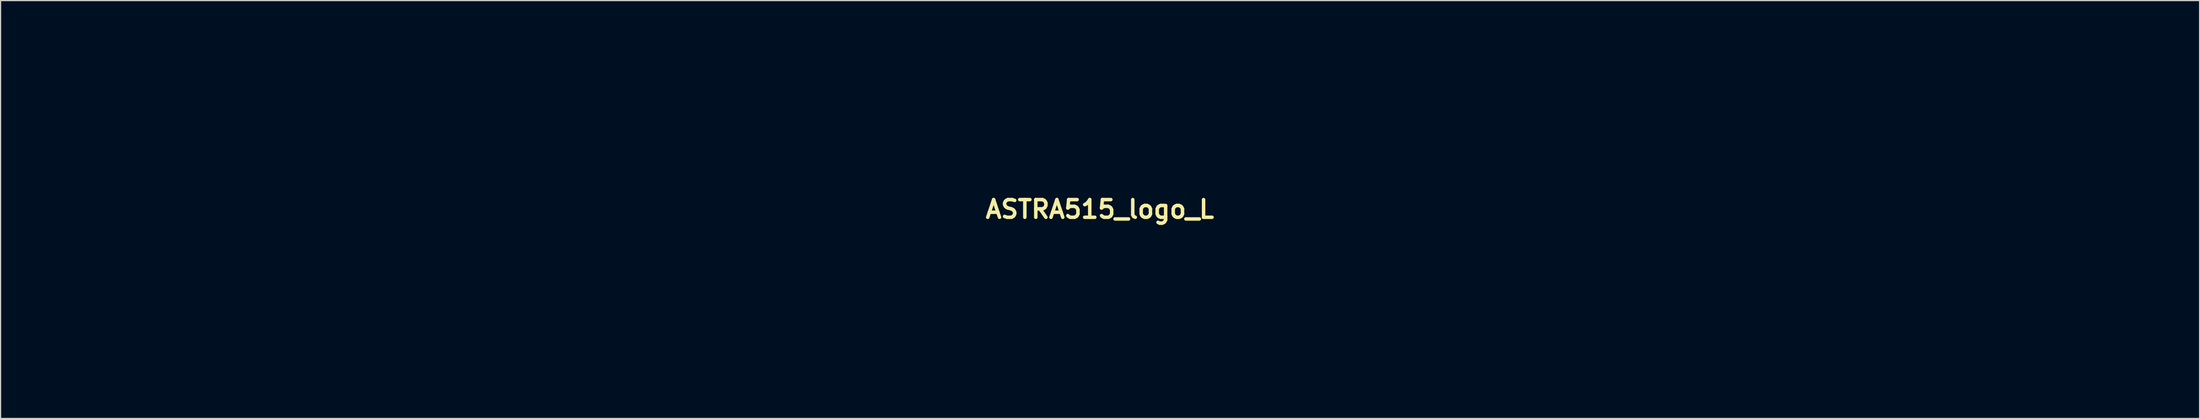
<source format=kicad_pcb>
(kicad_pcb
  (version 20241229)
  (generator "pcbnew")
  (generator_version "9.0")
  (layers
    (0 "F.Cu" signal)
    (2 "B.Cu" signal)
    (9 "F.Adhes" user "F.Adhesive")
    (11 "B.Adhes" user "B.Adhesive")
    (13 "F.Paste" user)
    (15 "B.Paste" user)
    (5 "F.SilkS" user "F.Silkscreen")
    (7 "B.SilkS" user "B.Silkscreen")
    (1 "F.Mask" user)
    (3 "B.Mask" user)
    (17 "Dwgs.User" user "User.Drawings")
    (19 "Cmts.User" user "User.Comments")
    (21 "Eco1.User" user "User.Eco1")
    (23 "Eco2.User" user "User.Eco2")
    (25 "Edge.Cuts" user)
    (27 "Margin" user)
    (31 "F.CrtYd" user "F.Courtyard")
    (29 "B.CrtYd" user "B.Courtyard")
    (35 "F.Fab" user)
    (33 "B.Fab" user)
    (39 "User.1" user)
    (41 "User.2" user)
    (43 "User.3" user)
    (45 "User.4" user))
  (footprint "ASTRA515_logo_L"
    (layer "F.Cu")
    (at 91.617 14.991)
    (property "Reference" "ASTRA515_logo_L" (at 0 0 0) (layer "F.SilkS") (effects (font (size 1.524 1.524) (thickness 0.3))))
    (attr through_hole)
    (fp_poly (pts (xy -32.058 -14.944) (xy -31.024 -14.943) (xy -30.068 -14.943) (xy -29.189 -14.942) (xy -28.384 -14.941) (xy -27.65 -14.94) (xy -26.984 -14.939) (xy -26.383 -14.938) (xy -25.846 -14.936) (xy -25.368 -14.934) (xy -24.948 -14.931) (xy -24.583 -14.928) (xy -24.269 -14.925) (xy -24.005 -14.922) (xy -23.787 -14.918) (xy -23.612 -14.914) (xy -23.479 -14.91) (xy -23.384 -14.905) (xy -23.324 -14.899) (xy -23.298 -14.894) (xy -23.296 -14.891) (xy -23.32 -14.846) (xy -23.384 -14.734) (xy -23.482 -14.562) (xy -23.613 -14.335) (xy -23.771 -14.061) (xy -23.954 -13.745) (xy -24.158 -13.394) (xy -24.378 -13.014) (xy -24.612 -12.611) (xy -24.671 -12.509) (xy -26.026 -10.181) (xy -29.396 -10.17) (xy -32.766 -10.159) (xy -32.777 2.424) (xy -32.787 15.007) (xy -37.55 15.029) (xy -37.55 -10.16) (xy -41.69 -10.17) (xy -45.831 -10.181) (xy -44.453 -12.562) (xy -43.076 -14.944) (xy -33.175 -14.944) (xy -32.058 -14.944)) (stroke (width 0.01) (type solid)) (fill yes) (layer "F.Mask"))
    (fp_poly (pts (xy -13.199 5.747) (xy -12.729 6.561) (xy -12.269 7.356) (xy -11.823 8.129) (xy -11.391 8.877) (xy -10.976 9.597) (xy -10.579 10.285) (xy -10.202 10.938) (xy -9.847 11.554) (xy -9.515 12.129) (xy -9.209 12.66) (xy -8.931 13.144) (xy -8.681 13.578) (xy -8.462 13.958) (xy -8.276 14.282) (xy -8.125 14.546) (xy -8.01 14.747) (xy -7.933 14.882) (xy -7.896 14.948) (xy -7.893 14.954) (xy -7.891 14.97) (xy -7.901 14.984) (xy -7.93 14.995) (xy -7.985 15.004) (xy -8.072 15.011) (xy -8.197 15.017) (xy -8.366 15.021) (xy -8.587 15.024) (xy -8.865 15.026) (xy -9.207 15.028) (xy -9.62 15.028) (xy -10.109 15.028) (xy -10.239 15.028) (xy -12.613 15.028) (xy -12.842 14.637) (xy -12.884 14.564) (xy -12.967 14.422) (xy -13.087 14.213) (xy -13.245 13.941) (xy -13.437 13.609) (xy -13.661 13.22) (xy -13.916 12.779) (xy -14.199 12.288) (xy -14.509 11.752) (xy -14.844 11.172) (xy -15.202 10.553) (xy -15.58 9.898) (xy -15.977 9.21) (xy -16.391 8.493) (xy -16.82 7.75) (xy -17.261 6.985) (xy -17.714 6.201) (xy -18.056 5.609) (xy -18.513 4.816) (xy -18.96 4.041) (xy -19.395 3.288) (xy -19.816 2.559) (xy -20.22 1.858) (xy -20.607 1.189) (xy -20.973 0.554) (xy -21.318 -0.043) (xy -21.639 -0.599) (xy -21.934 -1.111) (xy -22.202 -1.574) (xy -22.44 -1.987) (xy -22.647 -2.346) (xy -22.821 -2.647) (xy -22.959 -2.887) (xy -23.061 -3.062) (xy -23.124 -3.171) (xy -23.144 -3.207) (xy -23.249 -3.387) (xy -18.476 -3.387) (xy -13.199 5.747)) (stroke (width 0.01) (type solid)) (fill yes) (layer "F.Mask"))
    (fp_poly (pts (xy 59.435 -0.011) (xy 60.041 1.033) (xy 60.636 2.057) (xy 61.218 3.061) (xy 61.787 4.042) (xy 62.342 4.996) (xy 62.879 5.922) (xy 63.399 6.818) (xy 63.9 7.68) (xy 64.379 8.507) (xy 64.837 9.296) (xy 65.272 10.044) (xy 65.681 10.75) (xy 66.064 11.41) (xy 66.42 12.022) (xy 66.746 12.585) (xy 67.042 13.094) (xy 67.306 13.549) (xy 67.536 13.947) (xy 67.732 14.284) (xy 67.892 14.559) (xy 68.014 14.77) (xy 68.097 14.913) (xy 68.14 14.987) (xy 68.145 14.997) (xy 68.107 15.002) (xy 67.991 15.007) (xy 67.804 15.012) (xy 67.554 15.016) (xy 67.247 15.02) (xy 66.891 15.023) (xy 66.491 15.026) (xy 66.056 15.027) (xy 65.593 15.028) (xy 65.431 15.028) (xy 62.701 15.028) (xy 62.471 14.637) (xy 62.375 14.472) (xy 62.241 14.242) (xy 62.071 13.95) (xy 61.867 13.6) (xy 61.63 13.193) (xy 61.363 12.734) (xy 61.067 12.224) (xy 60.743 11.668) (xy 60.394 11.068) (xy 60.022 10.427) (xy 59.627 9.747) (xy 59.212 9.033) (xy 58.778 8.287) (xy 58.328 7.511) (xy 57.862 6.71) (xy 57.383 5.885) (xy 56.893 5.04) (xy 56.392 4.178) (xy 55.883 3.302) (xy 55.368 2.415) (xy 54.848 1.519) (xy 54.325 0.618) (xy 53.8 -0.285) (xy 53.276 -1.188) (xy 52.754 -2.087) (xy 52.236 -2.979) (xy 51.724 -3.861) (xy 51.219 -4.731) (xy 50.723 -5.586) (xy 50.238 -6.422) (xy 49.765 -7.236) (xy 49.307 -8.026) (xy 48.865 -8.788) (xy 48.44 -9.52) (xy 48.035 -10.219) (xy 47.651 -10.881) (xy 47.29 -11.503) (xy 46.953 -12.084) (xy 46.643 -12.618) (xy 46.361 -13.105) (xy 46.109 -13.54) (xy 45.888 -13.921) (xy 45.701 -14.245) (xy 45.548 -14.509) (xy 45.433 -14.709) (xy 45.356 -14.843) (xy 45.319 -14.908) (xy 45.315 -14.914) (xy 45.314 -14.928) (xy 45.325 -14.941) (xy 45.356 -14.951) (xy 45.411 -14.96) (xy 45.497 -14.967) (xy 45.62 -14.973) (xy 45.786 -14.977) (xy 46.001 -14.981) (xy 46.271 -14.983) (xy 46.601 -14.985) (xy 46.998 -14.985) (xy 47.468 -14.986) (xy 48.015 -14.986) (xy 50.741 -14.986) (xy 59.435 -0.011)) (stroke (width 0.01) (type solid)) (fill yes) (layer "F.Mask"))
    (fp_poly (pts (xy 44.981 -14.256) (xy 45.007 -14.214) (xy 45.07 -14.106) (xy 45.167 -13.936) (xy 45.293 -13.714) (xy 45.445 -13.445) (xy 45.62 -13.137) (xy 45.813 -12.796) (xy 46.02 -12.429) (xy 46.237 -12.043) (xy 46.461 -11.645) (xy 46.688 -11.242) (xy 46.914 -10.84) (xy 47.134 -10.447) (xy 47.346 -10.069) (xy 47.546 -9.713) (xy 47.728 -9.387) (xy 47.89 -9.096) (xy 48.028 -8.849) (xy 48.138 -8.651) (xy 48.216 -8.509) (xy 48.256 -8.435) (xy 48.305 -8.34) (xy 44.959 -8.34) (xy 44.436 -8.34) (xy 43.937 -8.341) (xy 43.469 -8.343) (xy 43.04 -8.345) (xy 42.655 -8.348) (xy 42.321 -8.351) (xy 42.044 -8.355) (xy 41.83 -8.359) (xy 41.686 -8.363) (xy 41.618 -8.368) (xy 41.614 -8.369) (xy 41.634 -8.41) (xy 41.693 -8.519) (xy 41.787 -8.69) (xy 41.913 -8.919) (xy 42.029 -9.129) (xy 42.926 -9.129) (xy 42.926 -9.129) (xy 42.967 -9.124) (xy 43.084 -9.119) (xy 43.27 -9.114) (xy 43.516 -9.11) (xy 43.814 -9.106) (xy 44.156 -9.104) (xy 44.533 -9.102) (xy 44.937 -9.102) (xy 44.959 -9.102) (xy 46.992 -9.102) (xy 46.928 -9.226) (xy 46.885 -9.305) (xy 46.809 -9.444) (xy 46.703 -9.634) (xy 46.573 -9.866) (xy 46.425 -10.132) (xy 46.262 -10.422) (xy 46.09 -10.727) (xy 45.915 -11.039) (xy 45.74 -11.349) (xy 45.571 -11.647) (xy 45.413 -11.926) (xy 45.272 -12.176) (xy 45.151 -12.388) (xy 45.056 -12.553) (xy 44.993 -12.663) (xy 44.965 -12.708) (xy 44.965 -12.709) (xy 44.941 -12.678) (xy 44.88 -12.582) (xy 44.788 -12.429) (xy 44.669 -12.227) (xy 44.529 -11.987) (xy 44.371 -11.715) (xy 44.202 -11.42) (xy 44.026 -11.112) (xy 43.847 -10.799) (xy 43.671 -10.489) (xy 43.503 -10.19) (xy 43.347 -9.912) (xy 43.209 -9.663) (xy 43.092 -9.452) (xy 43.003 -9.287) (xy 42.946 -9.176) (xy 42.926 -9.129) (xy 42.029 -9.129) (xy 42.068 -9.198) (xy 42.249 -9.524) (xy 42.453 -9.89) (xy 42.677 -10.291) (xy 42.917 -10.72) (xy 43.171 -11.173) (xy 43.273 -11.354) (xy 43.588 -11.915) (xy 43.865 -12.406) (xy 44.105 -12.829) (xy 44.311 -13.19) (xy 44.485 -13.491) (xy 44.629 -13.737) (xy 44.745 -13.93) (xy 44.835 -14.075) (xy 44.902 -14.176) (xy 44.948 -14.235) (xy 44.974 -14.258) (xy 44.981 -14.256)) (stroke (width 0.01) (type solid)) (fill yes) (layer "F.Mask"))
    (fp_poly (pts (xy -15.918 -14.934) (xy -10.351 -14.922) (xy -9.945 -14.81) (xy -9.338 -14.607) (xy -8.793 -14.348) (xy -8.307 -14.031) (xy -7.88 -13.655) (xy -7.51 -13.218) (xy -7.194 -12.718) (xy -6.931 -12.152) (xy -6.719 -11.52) (xy -6.689 -11.409) (xy -6.637 -11.213) (xy -6.593 -11.034) (xy -6.556 -10.865) (xy -6.524 -10.698) (xy -6.497 -10.524) (xy -6.475 -10.337) (xy -6.457 -10.128) (xy -6.443 -9.889) (xy -6.432 -9.612) (xy -6.424 -9.29) (xy -6.417 -8.915) (xy -6.412 -8.479) (xy -6.407 -7.974) (xy -6.403 -7.392) (xy -6.403 -7.387) (xy -6.399 -6.682) (xy -6.398 -6.061) (xy -6.4 -5.523) (xy -6.404 -5.069) (xy -6.41 -4.698) (xy -6.419 -4.409) (xy -6.431 -4.201) (xy -6.433 -4.175) (xy -6.533 -3.399) (xy -6.693 -2.682) (xy -6.914 -2.02) (xy -7.197 -1.411) (xy -7.543 -0.85) (xy -7.954 -0.336) (xy -8.09 -0.191) (xy -8.543 0.229) (xy -9.018 0.572) (xy -9.522 0.841) (xy -10.019 1.03) (xy -10.197 1.085) (xy -10.363 1.13) (xy -10.526 1.166) (xy -10.696 1.194) (xy -10.883 1.214) (xy -11.098 1.228) (xy -11.351 1.236) (xy -11.652 1.239) (xy -12.011 1.237) (xy -12.439 1.232) (xy -12.717 1.228) (xy -14.024 1.206) (xy -16.676 -3.365) (xy -14.444 -3.387) (xy -13.948 -3.393) (xy -13.529 -3.397) (xy -13.18 -3.402) (xy -12.893 -3.408) (xy -12.662 -3.414) (xy -12.478 -3.421) (xy -12.335 -3.429) (xy -12.225 -3.439) (xy -12.141 -3.451) (xy -12.075 -3.465) (xy -12.02 -3.481) (xy -12.002 -3.488) (xy -11.694 -3.638) (xy -11.447 -3.841) (xy -11.255 -4.103) (xy -11.109 -4.433) (xy -11.105 -4.445) (xy -11.088 -4.503) (xy -11.073 -4.567) (xy -11.061 -4.646) (xy -11.052 -4.747) (xy -11.044 -4.877) (xy -11.038 -5.045) (xy -11.034 -5.257) (xy -11.031 -5.521) (xy -11.029 -5.845) (xy -11.028 -6.236) (xy -11.028 -6.703) (xy -11.028 -6.858) (xy -11.028 -7.343) (xy -11.028 -7.752) (xy -11.029 -8.09) (xy -11.031 -8.366) (xy -11.034 -8.588) (xy -11.039 -8.761) (xy -11.046 -8.895) (xy -11.054 -8.997) (xy -11.065 -9.073) (xy -11.078 -9.132) (xy -11.095 -9.18) (xy -11.115 -9.226) (xy -11.12 -9.239) (xy -11.28 -9.521) (xy -11.477 -9.743) (xy -11.726 -9.921) (xy -11.986 -10.046) (xy -12.213 -10.139) (xy -18.229 -10.16) (xy -24.244 -10.181) (xy -22.865 -12.563) (xy -21.485 -14.946) (xy -15.918 -14.934)) (stroke (width 0.01) (type solid)) (fill yes) (layer "F.Mask"))
    (fp_poly (pts (xy -66.13 -2.752) (xy -61.16 9.48) (xy -62.697 12.18) (xy -62.947 12.62) (xy -63.187 13.04) (xy -63.411 13.432) (xy -63.617 13.792) (xy -63.801 14.113) (xy -63.961 14.389) (xy -64.092 14.615) (xy -64.191 14.785) (xy -64.254 14.892) (xy -64.279 14.931) (xy -64.293 14.916) (xy -64.323 14.856) (xy -64.372 14.75) (xy -64.439 14.597) (xy -64.526 14.394) (xy -64.633 14.14) (xy -64.761 13.832) (xy -64.91 13.47) (xy -65.082 13.052) (xy -65.276 12.574) (xy -65.495 12.037) (xy -65.738 11.437) (xy -66.007 10.774) (xy -66.301 10.045) (xy -66.622 9.248) (xy -66.971 8.383) (xy -67.348 7.446) (xy -67.754 6.436) (xy -68.189 5.352) (xy -68.655 4.191) (xy -68.762 3.925) (xy -69.135 2.996) (xy -69.5 2.087) (xy -69.855 1.2) (xy -70.201 0.339) (xy -70.535 -0.492) (xy -70.855 -1.291) (xy -71.162 -2.055) (xy -71.453 -2.779) (xy -71.727 -3.462) (xy -71.984 -4.1) (xy -72.221 -4.689) (xy -72.437 -5.227) (xy -72.631 -5.71) (xy -72.802 -6.135) (xy -72.949 -6.499) (xy -73.07 -6.799) (xy -73.163 -7.031) (xy -73.229 -7.192) (xy -73.264 -7.28) (xy -73.27 -7.295) (xy -73.343 -7.456) (xy -76.775 -1.643) (xy -80.208 4.17) (xy -75.701 4.191) (xy -71.194 4.212) (xy -70.31 6.432) (xy -70.147 6.843) (xy -69.993 7.231) (xy -69.852 7.588) (xy -69.727 7.907) (xy -69.62 8.181) (xy -69.533 8.403) (xy -69.471 8.566) (xy -69.435 8.662) (xy -69.427 8.687) (xy -69.468 8.69) (xy -69.59 8.694) (xy -69.787 8.698) (xy -70.056 8.701) (xy -70.391 8.704) (xy -70.788 8.707) (xy -71.243 8.71) (xy -71.752 8.713) (xy -72.308 8.715) (xy -72.909 8.717) (xy -73.55 8.719) (xy -74.225 8.72) (xy -74.931 8.721) (xy -75.664 8.721) (xy -76.126 8.722) (xy -82.825 8.722) (xy -84.587 11.844) (xy -86.348 14.965) (xy -88.98 14.976) (xy -91.612 14.987) (xy -91.549 14.87) (xy -91.523 14.825) (xy -91.457 14.71) (xy -91.352 14.526) (xy -91.208 14.276) (xy -91.028 13.963) (xy -90.813 13.588) (xy -90.564 13.155) (xy -90.283 12.666) (xy -89.971 12.123) (xy -89.63 11.529) (xy -89.26 10.886) (xy -88.864 10.197) (xy -88.443 9.464) (xy -87.998 8.69) (xy -87.531 7.877) (xy -87.042 7.028) (xy -86.534 6.145) (xy -86.009 5.23) (xy -85.466 4.286) (xy -84.908 3.316) (xy -84.336 2.322) (xy -83.752 1.306) (xy -83.157 0.271) (xy -82.94 -0.106) (xy -74.395 -14.965) (xy -72.747 -14.975) (xy -71.099 -14.985) (xy -66.13 -2.752)) (stroke (width 0.01) (type solid)) (fill yes) (layer "F.Mask"))
    (fp_poly (pts (xy 1.79 -14.979) (xy 2.21 -14.977) (xy 2.338 -14.976) (xy 4.031 -14.965) (xy 12.625 -0.042) (xy 13.226 1) (xy 13.815 2.024) (xy 14.393 3.028) (xy 14.957 4.007) (xy 15.506 4.961) (xy 16.039 5.887) (xy 16.554 6.782) (xy 17.05 7.644) (xy 17.526 8.47) (xy 17.979 9.258) (xy 18.409 10.005) (xy 18.815 10.71) (xy 19.194 11.369) (xy 19.545 11.98) (xy 19.868 12.541) (xy 20.16 13.05) (xy 20.42 13.503) (xy 20.647 13.898) (xy 20.84 14.233) (xy 20.996 14.506) (xy 21.115 14.714) (xy 21.196 14.854) (xy 21.235 14.925) (xy 21.24 14.933) (xy 21.229 14.944) (xy 21.182 14.954) (xy 21.094 14.962) (xy 20.96 14.969) (xy 20.775 14.974) (xy 20.534 14.978) (xy 20.232 14.981) (xy 19.862 14.984) (xy 19.421 14.985) (xy 18.902 14.985) (xy 18.642 14.985) (xy 16.023 14.985) (xy 14.26 11.863) (xy 12.497 8.742) (xy 5.804 8.721) (xy 5.058 8.718) (xy 4.335 8.715) (xy 3.64 8.712) (xy 2.978 8.709) (xy 2.352 8.706) (xy 1.767 8.703) (xy 1.228 8.699) (xy 0.739 8.696) (xy 0.305 8.692) (xy -0.069 8.689) (xy -0.38 8.685) (xy -0.622 8.682) (xy -0.791 8.679) (xy -0.883 8.676) (xy -0.9 8.674) (xy -0.886 8.631) (xy -0.844 8.517) (xy -0.776 8.338) (xy -0.685 8.102) (xy -0.573 7.816) (xy -0.444 7.486) (xy -0.299 7.121) (xy -0.143 6.726) (xy -0.021 6.42) (xy 0.868 4.192) (xy 5.366 4.192) (xy 5.975 4.191) (xy 6.56 4.191) (xy 7.115 4.19) (xy 7.635 4.189) (xy 8.114 4.187) (xy 8.547 4.185) (xy 8.928 4.184) (xy 9.252 4.181) (xy 9.513 4.179) (xy 9.705 4.177) (xy 9.824 4.174) (xy 9.864 4.172) (xy 9.843 4.133) (xy 9.781 4.026) (xy 9.682 3.856) (xy 9.548 3.627) (xy 9.383 3.344) (xy 9.188 3.012) (xy 8.967 2.636) (xy 8.722 2.22) (xy 8.456 1.769) (xy 8.173 1.288) (xy 7.874 0.781) (xy 7.563 0.254) (xy 7.243 -0.289) (xy 6.916 -0.843) (xy 6.584 -1.404) (xy 6.252 -1.967) (xy 5.921 -2.527) (xy 5.595 -3.079) (xy 5.276 -3.618) (xy 4.967 -4.14) (xy 4.671 -4.641) (xy 4.39 -5.114) (xy 4.128 -5.556) (xy 3.888 -5.962) (xy 3.671 -6.327) (xy 3.481 -6.647) (xy 3.321 -6.916) (xy 3.193 -7.13) (xy 3.1 -7.284) (xy 3.046 -7.373) (xy 3.032 -7.395) (xy 3.018 -7.379) (xy 2.988 -7.321) (xy 2.941 -7.218) (xy 2.875 -7.068) (xy 2.79 -6.87) (xy 2.686 -6.622) (xy 2.561 -6.322) (xy 2.415 -5.968) (xy 2.247 -5.558) (xy 2.056 -5.09) (xy 1.842 -4.563) (xy 1.603 -3.975) (xy 1.34 -3.323) (xy 1.051 -2.607) (xy 0.735 -1.824) (xy 0.393 -0.972) (xy 0.022 -0.05) (xy -0.378 0.944) (xy -0.806 2.013) (xy -1.265 3.157) (xy -1.499 3.739) (xy -1.873 4.671) (xy -2.238 5.584) (xy -2.595 6.472) (xy -2.941 7.334) (xy -3.275 8.167) (xy -3.596 8.966) (xy -3.902 9.729) (xy -4.193 10.453) (xy -4.467 11.135) (xy -4.723 11.771) (xy -4.959 12.359) (xy -5.175 12.895) (xy -5.369 13.377) (xy -5.54 13.8) (xy -5.686 14.162) (xy -5.807 14.46) (xy -5.9 14.691) (xy -5.966 14.851) (xy -6.002 14.938) (xy -6.008 14.953) (xy -6.033 14.923) (xy -6.096 14.824) (xy -6.195 14.662) (xy -6.325 14.445) (xy -6.483 14.175) (xy -6.667 13.861) (xy -6.873 13.506) (xy -7.097 13.118) (xy -7.337 12.7) (xy -7.589 12.26) (xy -7.597 12.246) (xy -7.849 11.803) (xy -8.088 11.382) (xy -8.312 10.987) (xy -8.516 10.625) (xy -8.698 10.301) (xy -8.854 10.022) (xy -8.981 9.792) (xy -9.076 9.619) (xy -9.136 9.508) (xy -9.156 9.464) (xy -9.156 9.463) (xy -9.141 9.421) (xy -9.094 9.303) (xy -9.019 9.113) (xy -8.916 8.853) (xy -8.786 8.526) (xy -8.63 8.136) (xy -8.451 7.685) (xy -8.248 7.177) (xy -8.023 6.615) (xy -7.777 6) (xy -7.512 5.338) (xy -7.228 4.629) (xy -6.927 3.879) (xy -6.611 3.088) (xy -6.279 2.262) (xy -5.934 1.402) (xy -5.577 0.511) (xy -5.209 -0.407) (xy -4.831 -1.35) (xy -4.444 -2.314) (xy -4.276 -2.731) (xy -3.886 -3.703) (xy -3.504 -4.655) (xy -3.13 -5.585) (xy -2.768 -6.488) (xy -2.417 -7.362) (xy -2.079 -8.203) (xy -1.755 -9.01) (xy -1.447 -9.778) (xy -1.155 -10.505) (xy -0.881 -11.188) (xy -0.625 -11.824) (xy -0.39 -12.41) (xy -0.177 -12.942) (xy 0.015 -13.418) (xy 0.182 -13.835) (xy 0.324 -14.189) (xy 0.44 -14.479) (xy 0.529 -14.7) (xy 0.589 -14.849) (xy 0.619 -14.925) (xy 0.623 -14.934) (xy 0.646 -14.947) (xy 0.705 -14.958) (xy 0.809 -14.967) (xy 0.962 -14.973) (xy 1.173 -14.977) (xy 1.447 -14.979) (xy 1.79 -14.979)) (stroke (width 0.01) (type solid)) (fill yes) (layer "F.Mask"))
    (fp_poly (pts (xy 76.724 -14.965) (xy 78.096 -12.615) (xy 78.334 -12.207) (xy 78.561 -11.819) (xy 78.77 -11.458) (xy 78.961 -11.131) (xy 79.127 -10.844) (xy 79.267 -10.603) (xy 79.376 -10.414) (xy 79.45 -10.284) (xy 79.487 -10.219) (xy 79.49 -10.213) (xy 79.477 -10.206) (xy 79.433 -10.2) (xy 79.353 -10.194) (xy 79.235 -10.188) (xy 79.075 -10.184) (xy 78.87 -10.18) (xy 78.616 -10.176) (xy 78.311 -10.173) (xy 77.951 -10.17) (xy 77.534 -10.167) (xy 77.055 -10.165) (xy 76.512 -10.164) (xy 75.901 -10.162) (xy 75.22 -10.161) (xy 74.465 -10.161) (xy 73.632 -10.16) (xy 72.72 -10.16) (xy 72.395 -10.16) (xy 71.625 -10.16) (xy 70.879 -10.159) (xy 70.16 -10.159) (xy 69.474 -10.158) (xy 68.823 -10.157) (xy 68.214 -10.156) (xy 67.649 -10.154) (xy 67.134 -10.152) (xy 66.673 -10.15) (xy 66.269 -10.148) (xy 65.928 -10.146) (xy 65.655 -10.144) (xy 65.452 -10.142) (xy 65.325 -10.139) (xy 65.278 -10.137) (xy 65.278 -10.137) (xy 65.298 -10.097) (xy 65.358 -9.99) (xy 65.453 -9.819) (xy 65.582 -9.59) (xy 65.741 -9.308) (xy 65.927 -8.979) (xy 66.137 -8.607) (xy 66.369 -8.199) (xy 66.619 -7.758) (xy 66.885 -7.29) (xy 67.163 -6.801) (xy 67.192 -6.75) (xy 69.107 -3.387) (xy 74.364 -3.387) (xy 75.177 -3.387) (xy 75.911 -3.386) (xy 76.57 -3.385) (xy 77.159 -3.384) (xy 77.683 -3.382) (xy 78.146 -3.379) (xy 78.555 -3.376) (xy 78.913 -3.371) (xy 79.225 -3.365) (xy 79.497 -3.358) (xy 79.733 -3.349) (xy 79.939 -3.339) (xy 80.118 -3.327) (xy 80.277 -3.313) (xy 80.419 -3.297) (xy 80.55 -3.279) (xy 80.675 -3.259) (xy 80.798 -3.237) (xy 80.92 -3.213) (xy 81.625 -3.034) (xy 82.301 -2.786) (xy 82.95 -2.467) (xy 83.575 -2.075) (xy 84.179 -1.607) (xy 84.765 -1.063) (xy 85.335 -0.438) (xy 85.892 0.267) (xy 86.112 0.572) (xy 86.165 0.654) (xy 86.256 0.804) (xy 86.382 1.016) (xy 86.539 1.282) (xy 86.723 1.598) (xy 86.932 1.957) (xy 87.161 2.353) (xy 87.407 2.78) (xy 87.667 3.231) (xy 87.936 3.7) (xy 88.213 4.182) (xy 88.492 4.669) (xy 88.77 5.157) (xy 89.045 5.639) (xy 89.312 6.108) (xy 89.568 6.559) (xy 89.809 6.985) (xy 90.032 7.38) (xy 90.233 7.739) (xy 90.41 8.054) (xy 90.557 8.32) (xy 90.673 8.531) (xy 90.753 8.681) (xy 90.765 8.704) (xy 91.084 9.388) (xy 91.329 10.05) (xy 91.503 10.703) (xy 91.609 11.359) (xy 91.649 12.03) (xy 91.65 12.129) (xy 91.635 12.524) (xy 91.587 12.867) (xy 91.5 13.185) (xy 91.367 13.506) (xy 91.352 13.537) (xy 91.156 13.868) (xy 90.901 14.182) (xy 90.609 14.459) (xy 90.297 14.679) (xy 90.17 14.748) (xy 90.1 14.782) (xy 90.038 14.814) (xy 89.978 14.843) (xy 89.917 14.869) (xy 89.852 14.893) (xy 89.778 14.914) (xy 89.691 14.932) (xy 89.588 14.949) (xy 89.464 14.964) (xy 89.316 14.976) (xy 89.139 14.987) (xy 88.931 14.996) (xy 88.686 15.004) (xy 88.401 15.01) (xy 88.073 15.015) (xy 87.696 15.019) (xy 87.268 15.022) (xy 86.785 15.024) (xy 86.242 15.026) (xy 85.635 15.027) (xy 84.961 15.027) (xy 84.216 15.028) (xy 83.396 15.028) (xy 82.496 15.028) (xy 82.075 15.028) (xy 74.89 15.028) (xy 74.829 14.933) (xy 74.798 14.88) (xy 74.73 14.759) (xy 74.628 14.578) (xy 74.497 14.342) (xy 74.34 14.059) (xy 74.16 13.736) (xy 73.962 13.379) (xy 73.749 12.994) (xy 73.525 12.589) (xy 73.516 12.573) (xy 72.265 10.308) (xy 78.582 10.287) (xy 84.9 10.266) (xy 85.181 10.17) (xy 85.433 10.056) (xy 85.616 9.905) (xy 85.735 9.709) (xy 85.795 9.46) (xy 85.801 9.15) (xy 85.801 9.149) (xy 85.76 8.85) (xy 85.67 8.567) (xy 85.654 8.53) (xy 85.611 8.44) (xy 85.529 8.284) (xy 85.413 8.069) (xy 85.267 7.802) (xy 85.096 7.492) (xy 84.902 7.144) (xy 84.692 6.767) (xy 84.468 6.367) (xy 84.234 5.952) (xy 83.996 5.53) (xy 83.757 5.107) (xy 83.52 4.691) (xy 83.291 4.289) (xy 83.073 3.908) (xy 82.871 3.556) (xy 82.688 3.24) (xy 82.529 2.967) (xy 82.398 2.744) (xy 82.298 2.58) (xy 82.235 2.48) (xy 82.229 2.471) (xy 81.91 2.092) (xy 81.533 1.771) (xy 81.111 1.515) (xy 80.652 1.332) (xy 80.624 1.324) (xy 80.586 1.314) (xy 80.541 1.305) (xy 80.485 1.297) (xy 80.413 1.29) (xy 80.322 1.283) (xy 80.207 1.277) (xy 80.064 1.272) (xy 79.89 1.267) (xy 79.681 1.263) (xy 79.431 1.259) (xy 79.139 1.256) (xy 78.798 1.253) (xy 78.406 1.251) (xy 77.959 1.248) (xy 77.452 1.246) (xy 76.881 1.245) (xy 76.242 1.243) (xy 75.532 1.241) (xy 74.746 1.24) (xy 73.881 1.238) (xy 73.66 1.238) (xy 66.95 1.226) (xy 62.378 -6.675) (xy 61.939 -7.434) (xy 61.511 -8.174) (xy 61.095 -8.894) (xy 60.693 -9.588) (xy 60.307 -10.254) (xy 59.94 -10.888) (xy 59.594 -11.487) (xy 59.27 -12.048) (xy 58.97 -12.566) (xy 58.696 -13.039) (xy 58.451 -13.462) (xy 58.237 -13.834) (xy 58.054 -14.149) (xy 57.906 -14.405) (xy 57.795 -14.598) (xy 57.722 -14.724) (xy 57.689 -14.781) (xy 57.689 -14.781) (xy 57.572 -14.986) (xy 76.724 -14.965)) (stroke (width 0.01) (type solid)) (fill yes) (layer "F.Mask"))
    (fp_poly (pts (xy 38.902 -12.584) (xy 40.303 -10.181) (xy 33.186 -10.17) (xy 32.275 -10.169) (xy 31.446 -10.168) (xy 30.694 -10.166) (xy 30.015 -10.165) (xy 29.406 -10.163) (xy 28.863 -10.162) (xy 28.382 -10.16) (xy 27.96 -10.158) (xy 27.593 -10.155) (xy 27.276 -10.153) (xy 27.007 -10.149) (xy 26.782 -10.146) (xy 26.596 -10.142) (xy 26.446 -10.138) (xy 26.329 -10.133) (xy 26.24 -10.127) (xy 26.177 -10.121) (xy 26.134 -10.114) (xy 26.109 -10.106) (xy 26.097 -10.098) (xy 26.096 -10.089) (xy 26.097 -10.086) (xy 26.121 -10.039) (xy 26.185 -9.924) (xy 26.285 -9.746) (xy 26.417 -9.51) (xy 26.579 -9.222) (xy 26.768 -8.888) (xy 26.981 -8.512) (xy 27.215 -8.099) (xy 27.466 -7.657) (xy 27.733 -7.188) (xy 28.01 -6.701) (xy 29.895 -3.39) (xy 35.384 -3.376) (xy 36.178 -3.374) (xy 36.891 -3.372) (xy 37.53 -3.37) (xy 38.098 -3.368) (xy 38.6 -3.366) (xy 39.041 -3.364) (xy 39.426 -3.361) (xy 39.758 -3.358) (xy 40.044 -3.355) (xy 40.287 -3.351) (xy 40.493 -3.346) (xy 40.665 -3.341) (xy 40.809 -3.335) (xy 40.93 -3.328) (xy 41.032 -3.32) (xy 41.119 -3.311) (xy 41.197 -3.3) (xy 41.27 -3.289) (xy 41.343 -3.276) (xy 41.381 -3.27) (xy 41.889 -3.167) (xy 42.337 -3.051) (xy 42.751 -2.916) (xy 43.155 -2.752) (xy 43.519 -2.579) (xy 44.131 -2.228) (xy 44.733 -1.796) (xy 45.322 -1.284) (xy 45.896 -0.696) (xy 46.45 -0.034) (xy 46.911 0.593) (xy 46.976 0.694) (xy 47.079 0.862) (xy 47.216 1.092) (xy 47.384 1.377) (xy 47.579 1.711) (xy 47.798 2.087) (xy 48.037 2.5) (xy 48.292 2.942) (xy 48.56 3.409) (xy 48.837 3.892) (xy 49.12 4.387) (xy 49.405 4.888) (xy 49.688 5.386) (xy 49.967 5.878) (xy 50.237 6.355) (xy 50.495 6.812) (xy 50.737 7.243) (xy 50.96 7.642) (xy 51.16 8.001) (xy 51.334 8.315) (xy 51.478 8.578) (xy 51.588 8.784) (xy 51.661 8.925) (xy 51.669 8.942) (xy 51.946 9.563) (xy 52.155 10.16) (xy 52.304 10.756) (xy 52.398 11.37) (xy 52.437 11.896) (xy 52.443 12.304) (xy 52.419 12.654) (xy 52.363 12.968) (xy 52.269 13.266) (xy 52.15 13.54) (xy 51.928 13.913) (xy 51.642 14.249) (xy 51.306 14.538) (xy 50.935 14.768) (xy 50.542 14.929) (xy 50.409 14.965) (xy 50.366 14.973) (xy 50.306 14.98) (xy 50.225 14.987) (xy 50.119 14.993) (xy 49.986 14.998) (xy 49.82 15.003) (xy 49.619 15.007) (xy 49.378 15.011) (xy 49.094 15.014) (xy 48.763 15.017) (xy 48.382 15.02) (xy 47.946 15.022) (xy 47.453 15.023) (xy 46.898 15.025) (xy 46.277 15.026) (xy 45.587 15.027) (xy 44.824 15.027) (xy 43.985 15.028) (xy 43.065 15.028) (xy 42.904 15.028) (xy 35.665 15.028) (xy 34.374 12.696) (xy 34.148 12.287) (xy 33.934 11.899) (xy 33.735 11.539) (xy 33.556 11.214) (xy 33.399 10.93) (xy 33.269 10.693) (xy 33.169 10.51) (xy 33.101 10.386) (xy 33.071 10.329) (xy 33.07 10.326) (xy 33.11 10.322) (xy 33.23 10.317) (xy 33.428 10.312) (xy 33.698 10.308) (xy 34.037 10.304) (xy 34.441 10.3) (xy 34.905 10.296) (xy 35.427 10.292) (xy 36.002 10.289) (xy 36.625 10.286) (xy 37.294 10.283) (xy 38.003 10.281) (xy 38.75 10.279) (xy 39.399 10.277) (xy 40.258 10.276) (xy 41.036 10.274) (xy 41.738 10.272) (xy 42.368 10.271) (xy 42.929 10.269) (xy 43.427 10.267) (xy 43.864 10.265) (xy 44.246 10.262) (xy 44.576 10.259) (xy 44.858 10.256) (xy 45.097 10.252) (xy 45.296 10.248) (xy 45.461 10.243) (xy 45.594 10.237) (xy 45.7 10.231) (xy 45.783 10.224) (xy 45.847 10.217) (xy 45.896 10.208) (xy 45.935 10.199) (xy 45.961 10.191) (xy 46.224 10.064) (xy 46.42 9.888) (xy 46.549 9.665) (xy 46.609 9.4) (xy 46.601 9.096) (xy 46.524 8.756) (xy 46.377 8.384) (xy 46.334 8.296) (xy 46.286 8.206) (xy 46.2 8.05) (xy 46.082 7.836) (xy 45.934 7.571) (xy 45.762 7.263) (xy 45.569 6.921) (xy 45.36 6.55) (xy 45.14 6.158) (xy 44.911 5.754) (xy 44.68 5.345) (xy 44.449 4.938) (xy 44.223 4.54) (xy 44.007 4.16) (xy 43.804 3.804) (xy 43.619 3.481) (xy 43.457 3.197) (xy 43.321 2.961) (xy 43.215 2.779) (xy 43.145 2.66) (xy 43.123 2.625) (xy 42.819 2.223) (xy 42.458 1.881) (xy 42.05 1.603) (xy 41.601 1.396) (xy 41.424 1.337) (xy 41.384 1.326) (xy 41.342 1.316) (xy 41.295 1.306) (xy 41.239 1.298) (xy 41.169 1.29) (xy 41.081 1.283) (xy 40.972 1.277) (xy 40.837 1.272) (xy 40.672 1.267) (xy 40.474 1.263) (xy 40.237 1.259) (xy 39.959 1.256) (xy 39.634 1.253) (xy 39.26 1.251) (xy 38.831 1.249) (xy 38.344 1.247) (xy 37.795 1.245) (xy 37.18 1.243) (xy 36.494 1.242) (xy 35.733 1.24) (xy 34.895 1.238) (xy 34.433 1.238) (xy 27.738 1.225) (xy 23.07 -6.849) (xy 22.628 -7.613) (xy 22.197 -8.358) (xy 21.779 -9.08) (xy 21.377 -9.776) (xy 20.991 -10.443) (xy 20.625 -11.078) (xy 20.279 -11.676) (xy 19.955 -12.235) (xy 19.657 -12.752) (xy 19.385 -13.222) (xy 19.141 -13.644) (xy 18.928 -14.012) (xy 18.747 -14.325) (xy 18.601 -14.579) (xy 18.491 -14.77) (xy 18.418 -14.895) (xy 18.386 -14.951) (xy 18.384 -14.954) (xy 18.425 -14.957) (xy 18.546 -14.96) (xy 18.744 -14.963) (xy 19.015 -14.966) (xy 19.356 -14.968) (xy 19.763 -14.971) (xy 20.233 -14.973) (xy 20.76 -14.975) (xy 21.342 -14.977) (xy 21.975 -14.979) (xy 22.655 -14.981) (xy 23.378 -14.982) (xy 24.141 -14.983) (xy 24.939 -14.984) (xy 25.77 -14.985) (xy 26.629 -14.986) (xy 27.512 -14.986) (xy 27.934 -14.986) (xy 37.5 -14.986) (xy 38.902 -12.584)) (stroke (width 0.01) (type solid)) (fill yes) (layer "F.Mask"))
    (fp_poly (pts (xy -50.109 -14.985) (xy -49.475 -14.984) (xy -48.86 -14.983) (xy -48.269 -14.981) (xy -47.708 -14.98) (xy -47.181 -14.978) (xy -46.695 -14.975) (xy -46.255 -14.972) (xy -45.866 -14.969) (xy -45.534 -14.966) (xy -45.264 -14.962) (xy -45.061 -14.958) (xy -44.932 -14.953) (xy -44.881 -14.948) (xy -44.88 -14.947) (xy -44.904 -14.905) (xy -44.966 -14.796) (xy -45.063 -14.625) (xy -45.192 -14.4) (xy -45.349 -14.127) (xy -45.531 -13.812) (xy -45.733 -13.461) (xy -45.953 -13.08) (xy -46.187 -12.675) (xy -46.268 -12.535) (xy -47.642 -10.161) (xy -57.849 -10.139) (xy -58.06 -10.042) (xy -58.368 -9.872) (xy -58.608 -9.671) (xy -58.793 -9.424) (xy -58.938 -9.116) (xy -58.939 -9.113) (xy -58.961 -9.053) (xy -58.979 -8.993) (xy -58.993 -8.924) (xy -59.005 -8.837) (xy -59.015 -8.726) (xy -59.023 -8.582) (xy -59.029 -8.397) (xy -59.033 -8.163) (xy -59.037 -7.871) (xy -59.041 -7.514) (xy -59.044 -7.084) (xy -59.045 -6.886) (xy -59.048 -6.33) (xy -59.049 -5.857) (xy -59.046 -5.464) (xy -59.041 -5.15) (xy -59.033 -4.913) (xy -59.023 -4.751) (xy -59.012 -4.676) (xy -58.901 -4.323) (xy -58.726 -4.014) (xy -58.496 -3.758) (xy -58.216 -3.564) (xy -58.088 -3.504) (xy -57.849 -3.408) (xy -53.213 -3.384) (xy -52.486 -3.381) (xy -51.839 -3.377) (xy -51.266 -3.374) (xy -50.762 -3.371) (xy -50.323 -3.367) (xy -49.944 -3.364) (xy -49.618 -3.36) (xy -49.342 -3.356) (xy -49.11 -3.351) (xy -48.917 -3.346) (xy -48.758 -3.34) (xy -48.628 -3.333) (xy -48.522 -3.325) (xy -48.434 -3.316) (xy -48.361 -3.305) (xy -48.296 -3.294) (xy -48.234 -3.281) (xy -48.197 -3.272) (xy -47.555 -3.086) (xy -46.972 -2.838) (xy -46.448 -2.53) (xy -45.982 -2.16) (xy -45.573 -1.728) (xy -45.222 -1.234) (xy -44.929 -0.678) (xy -44.692 -0.059) (xy -44.6 0.258) (xy -44.56 0.409) (xy -44.524 0.546) (xy -44.493 0.675) (xy -44.466 0.803) (xy -44.442 0.935) (xy -44.422 1.077) (xy -44.405 1.236) (xy -44.391 1.416) (xy -44.379 1.625) (xy -44.37 1.867) (xy -44.362 2.149) (xy -44.356 2.477) (xy -44.351 2.857) (xy -44.346 3.294) (xy -44.343 3.794) (xy -44.34 4.364) (xy -44.337 5.01) (xy -44.335 5.419) (xy -44.332 6.244) (xy -44.33 6.987) (xy -44.33 7.646) (xy -44.332 8.223) (xy -44.335 8.719) (xy -44.339 9.135) (xy -44.345 9.472) (xy -44.353 9.731) (xy -44.362 9.912) (xy -44.364 9.944) (xy -44.451 10.681) (xy -44.587 11.35) (xy -44.772 11.957) (xy -45.008 12.504) (xy -45.297 12.995) (xy -45.64 13.433) (xy -45.862 13.663) (xy -46.229 13.98) (xy -46.622 14.248) (xy -47.052 14.473) (xy -47.529 14.659) (xy -48.067 14.811) (xy -48.641 14.929) (xy -48.7 14.939) (xy -48.769 14.947) (xy -48.853 14.955) (xy -48.954 14.962) (xy -49.077 14.968) (xy -49.226 14.974) (xy -49.405 14.979) (xy -49.619 14.984) (xy -49.87 14.988) (xy -50.164 14.992) (xy -50.505 14.995) (xy -50.895 14.998) (xy -51.341 15.001) (xy -51.844 15.004) (xy -52.411 15.006) (xy -53.044 15.008) (xy -53.748 15.011) (xy -54.526 15.013) (xy -55.383 15.015) (xy -55.789 15.016) (xy -62.536 15.032) (xy -62.386 14.765) (xy -62.337 14.679) (xy -62.25 14.527) (xy -62.13 14.317) (xy -61.981 14.057) (xy -61.807 13.754) (xy -61.613 13.415) (xy -61.403 13.049) (xy -61.181 12.664) (xy -61.031 12.404) (xy -59.827 10.308) (xy -54.964 10.287) (xy -50.102 10.266) (xy -49.826 10.168) (xy -49.48 10.005) (xy -49.193 9.781) (xy -48.962 9.495) (xy -48.789 9.148) (xy -48.672 8.738) (xy -48.642 8.563) (xy -48.634 8.467) (xy -48.627 8.293) (xy -48.62 8.05) (xy -48.614 7.745) (xy -48.609 7.385) (xy -48.605 6.979) (xy -48.603 6.532) (xy -48.601 6.054) (xy -48.6 5.63) (xy -48.6 5.052) (xy -48.601 4.553) (xy -48.603 4.124) (xy -48.607 3.76) (xy -48.613 3.453) (xy -48.622 3.198) (xy -48.633 2.987) (xy -48.649 2.814) (xy -48.668 2.672) (xy -48.692 2.554) (xy -48.72 2.454) (xy -48.754 2.365) (xy -48.794 2.28) (xy -48.84 2.193) (xy -49.038 1.902) (xy -49.29 1.663) (xy -49.605 1.47) (xy -49.953 1.329) (xy -49.995 1.317) (xy -50.044 1.306) (xy -50.105 1.296) (xy -50.184 1.287) (xy -50.285 1.279) (xy -50.413 1.272) (xy -50.574 1.266) (xy -50.772 1.26) (xy -51.013 1.256) (xy -51.302 1.251) (xy -51.643 1.247) (xy -52.042 1.243) (xy -52.504 1.239) (xy -53.034 1.235) (xy -53.637 1.231) (xy -54.318 1.227) (xy -54.547 1.226) (xy -55.251 1.221) (xy -55.876 1.218) (xy -56.427 1.214) (xy -56.909 1.21) (xy -57.327 1.206) (xy -57.687 1.202) (xy -57.994 1.198) (xy -58.254 1.193) (xy -58.471 1.188) (xy -58.651 1.182) (xy -58.799 1.175) (xy -58.92 1.168) (xy -59.02 1.159) (xy -59.104 1.149) (xy -59.177 1.138) (xy -59.244 1.125) (xy -59.309 1.111) (xy -59.897 0.96) (xy -60.414 0.778) (xy -60.873 0.56) (xy -61.284 0.3) (xy -61.658 -0.007) (xy -61.852 -0.198) (xy -62.204 -0.618) (xy -62.504 -1.087) (xy -62.753 -1.61) (xy -62.953 -2.192) (xy -63.108 -2.839) (xy -63.185 -3.302) (xy -63.201 -3.451) (xy -63.215 -3.676) (xy -63.228 -3.967) (xy -63.24 -4.315) (xy -63.251 -4.71) (xy -63.26 -5.144) (xy -63.269 -5.608) (xy -63.275 -6.091) (xy -63.281 -6.585) (xy -63.284 -7.081) (xy -63.286 -7.569) (xy -63.286 -8.04) (xy -63.285 -8.485) (xy -63.281 -8.895) (xy -63.275 -9.26) (xy -63.267 -9.571) (xy -63.257 -9.819) (xy -63.249 -9.937) (xy -63.159 -10.683) (xy -63.008 -11.373) (xy -62.797 -12.007) (xy -62.526 -12.582) (xy -62.196 -13.099) (xy -61.808 -13.556) (xy -61.362 -13.953) (xy -60.859 -14.288) (xy -60.299 -14.56) (xy -60.26 -14.576) (xy -59.829 -14.724) (xy -59.373 -14.834) (xy -58.87 -14.909) (xy -58.467 -14.944) (xy -58.348 -14.949) (xy -58.156 -14.954) (xy -57.895 -14.958) (xy -57.571 -14.962) (xy -57.189 -14.966) (xy -56.756 -14.969) (xy -56.276 -14.973) (xy -55.755 -14.975) (xy -55.198 -14.978) (xy -54.611 -14.98) (xy -53.998 -14.981) (xy -53.367 -14.983) (xy -52.722 -14.984) (xy -52.068 -14.985) (xy -51.411 -14.985) (xy -50.756 -14.985) (xy -50.109 -14.985)) (stroke (width 0.01) (type solid)) (fill yes) (layer "F.Mask")))
  (gr_rect
    (start -3 -3)
    (end 186.272 33.028)
    (stroke (width 0.1) (type default))
    (fill no)
    (layer "Edge.Cuts")))
</source>
